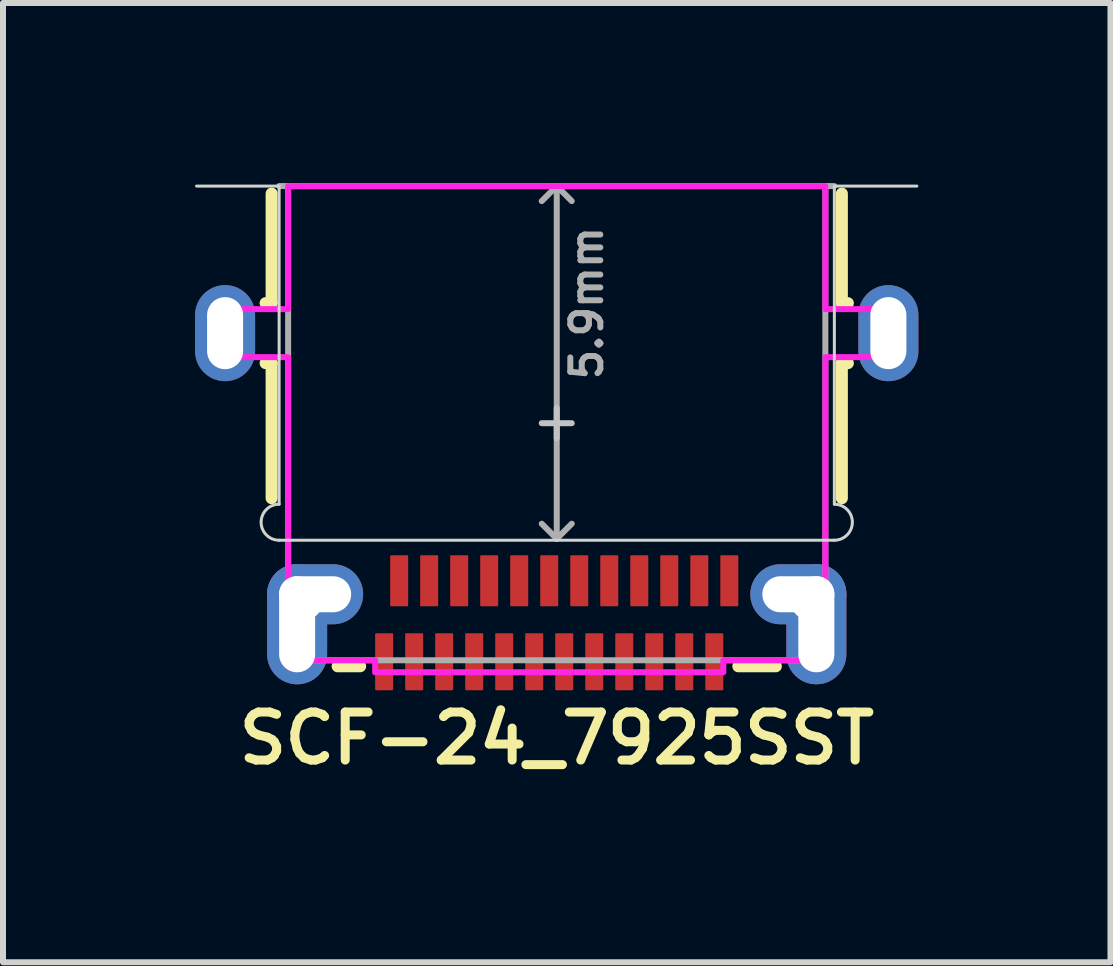
<source format=kicad_pcb>
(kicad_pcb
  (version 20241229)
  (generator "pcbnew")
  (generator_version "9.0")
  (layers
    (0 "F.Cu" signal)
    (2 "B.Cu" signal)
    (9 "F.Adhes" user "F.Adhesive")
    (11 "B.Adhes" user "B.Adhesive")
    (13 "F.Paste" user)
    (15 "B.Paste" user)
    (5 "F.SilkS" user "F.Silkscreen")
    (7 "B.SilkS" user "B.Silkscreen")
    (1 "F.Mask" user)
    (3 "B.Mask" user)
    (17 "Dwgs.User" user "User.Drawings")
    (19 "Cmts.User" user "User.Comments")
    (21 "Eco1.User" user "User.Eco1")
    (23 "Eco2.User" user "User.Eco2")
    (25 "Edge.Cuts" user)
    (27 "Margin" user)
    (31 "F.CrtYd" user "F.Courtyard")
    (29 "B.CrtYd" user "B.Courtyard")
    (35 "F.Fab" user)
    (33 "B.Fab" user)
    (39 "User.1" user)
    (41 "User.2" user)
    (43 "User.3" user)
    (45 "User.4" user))
  (footprint "SCF-24_7925SST"
    (layer "F.Cu")
    (at 6.225 4)
    (property "Reference" "SCF-24_7925SST" (at 0 5.25 0) (unlocked yes) (layer "F.SilkS") (effects (font (size 0.8 0.8) (thickness 0.15))))
    (attr smd)
    (fp_line (start -4.85 -1) (end -4.75 -1) (stroke (width 0.2) (type solid)) (layer "F.SilkS"))
    (fp_line (start -4.75 -3.825) (end -4.75 -2) (stroke (width 0.2) (type solid)) (layer "F.SilkS"))
    (fp_line (start -4.75 -2) (end -4.85 -2) (stroke (width 0.2) (type solid)) (layer "F.SilkS"))
    (fp_line (start -4.75 -1) (end -4.75 1.25) (stroke (width 0.2) (type solid)) (layer "F.SilkS"))
    (fp_line (start -3.65 4.05) (end -3.275 4.05) (stroke (width 0.2) (type solid)) (layer "F.SilkS"))
    (fp_line (start 3.025 4.05) (end 3.65 4.05) (stroke (width 0.2) (type solid)) (layer "F.SilkS"))
    (fp_line (start 4.75 -3.825) (end 4.75 -2) (stroke (width 0.2) (type solid)) (layer "F.SilkS"))
    (fp_line (start 4.75 -2) (end 4.85 -2) (stroke (width 0.2) (type solid)) (layer "F.SilkS"))
    (fp_line (start 4.75 -1) (end 4.75 1.25) (stroke (width 0.2) (type solid)) (layer "F.SilkS"))
    (fp_line (start 4.85 -1) (end 4.75 -1) (stroke (width 0.2) (type solid)) (layer "F.SilkS"))
    (fp_poly (pts (xy -5 -2.125) (xy -5 -0.875) (xy -5.25 -0.625) (xy -5.75 -0.625) (xy -6.125 -1) (xy -6.125 -2) (xy -5.75 -2.375) (xy -5.25 -2.375)) (stroke (width 0.2) (type solid)) (fill yes) (layer "F.Paste"))
    (fp_poly (pts (xy 5 -2.125) (xy 5 -0.875) (xy 5.25 -0.625) (xy 5.75 -0.625) (xy 6.125 -1) (xy 6.125 -2) (xy 5.75 -2.375) (xy 5.25 -2.375)) (stroke (width 0.2) (type solid)) (fill yes) (layer "F.Paste"))
    (fp_poly (pts (xy -3.325 2.55) (xy -3.325 3.2) (xy -3.75 3.625) (xy -3.75 4) (xy -4.125 4.375) (xy -4.625 4.375) (xy -4.875 4.125) (xy -4.875 2.625) (xy -4.5 2.25) (xy -3.625 2.25)) (stroke (width 0.2) (type solid)) (fill yes) (layer "F.Paste"))
    (fp_poly (pts (xy 3.325 2.55) (xy 3.325 3.2) (xy 3.75 3.625) (xy 3.75 4) (xy 4.125 4.375) (xy 4.625 4.375) (xy 4.875 4.125) (xy 4.875 2.625) (xy 4.5 2.25) (xy 3.625 2.25)) (stroke (width 0.2) (type solid)) (fill yes) (layer "F.Paste"))
    (fp_line (start 0 0.25) (end 0 -0.25) (stroke (width 0.1) (type solid)) (layer "Dwgs.User"))
    (fp_line (start 0.25 0) (end -0.25 0) (stroke (width 0.1) (type solid)) (layer "Dwgs.User"))
    (fp_line (start -6 -3.95) (end -4.625 -3.95) (stroke (width 0.05) (type solid)) (layer "Edge.Cuts"))
    (fp_line (start -4.625 -3.95) (end -4.625 1.35) (stroke (width 0.05) (type solid)) (layer "Edge.Cuts"))
    (fp_line (start 4.625 -3.95) (end 4.625 1.35) (stroke (width 0.05) (type solid)) (layer "Edge.Cuts"))
    (fp_line (start 4.625 1.95) (end -4.625 1.95) (stroke (width 0.05) (type solid)) (layer "Edge.Cuts"))
    (fp_line (start 6 -3.95) (end 4.625 -3.95) (stroke (width 0.05) (type solid)) (layer "Edge.Cuts"))
    (fp_arc (start -4.625 1.95) (mid -4.925 1.65) (end -4.625 1.35) (stroke (width 0.05) (type solid)) (layer "Edge.Cuts"))
    (fp_arc (start 4.625 1.35) (mid 4.925 1.65) (end 4.625 1.95) (stroke (width 0.05) (type solid)) (layer "Edge.Cuts"))
    (fp_poly (pts (xy -3.025 3.95) (xy -4.475 3.95) (xy -4.475 -1.1) (xy -5.525 -1.1) (xy -5.525 -1.9) (xy -4.475 -1.9) (xy -4.475 -3.95) (xy 4.475 -3.95) (xy 4.475 -1.9) (xy 5.525 -1.9) (xy 5.525 -1.1) (xy 4.475 -1.1) (xy 4.475 3.95) (xy 2.775 3.95) (xy 2.775 4.15) (xy -3.025 4.15)) (stroke (width 0.1) (type solid)) (fill no) (layer "F.CrtYd"))
    (fp_line (start -4.625 -3.95) (end 4.625 -3.95) (stroke (width 0.1) (type solid)) (layer "F.Fab"))
    (fp_line (start -0.25 -3.7) (end 0 -3.95) (stroke (width 0.1) (type solid)) (layer "F.Fab"))
    (fp_line (start 0 -3.95) (end 0.25 -3.7) (stroke (width 0.1) (type solid)) (layer "F.Fab"))
    (fp_line (start 0 1.925) (end -0.25 1.675) (stroke (width 0.1) (type solid)) (layer "F.Fab"))
    (fp_line (start 0 1.925) (end 0 -3.95) (stroke (width 0.1) (type solid)) (layer "F.Fab"))
    (fp_line (start 0.25 1.675) (end 0 1.925) (stroke (width 0.1) (type solid)) (layer "F.Fab"))
    (fp_rect (start 4.475 3.95) (end -4.475 -3.95) (stroke (width 0.1) (type solid)) (fill no) (layer "F.Fab"))
    (fp_text user "5.9mm" (at 0.5 -2 270) (layer "F.Fab") (effects (font (size 0.5 0.5) (thickness 0.1))))
    (pad "A1" smd roundrect (at 2.625 3.975 270) (size 0.95 0.3) (layers "F.Cu" "F.Mask" "F.Paste") (roundrect_rratio 0.05))
    (pad "A2" smd roundrect (at 2.125 3.975 270) (size 0.95 0.3) (layers "F.Cu" "F.Mask" "F.Paste") (roundrect_rratio 0.05))
    (pad "A3" smd roundrect (at 1.625 3.975 270) (size 0.95 0.3) (layers "F.Cu" "F.Mask" "F.Paste") (roundrect_rratio 0.05))
    (pad "A4" smd roundrect (at 1.125 3.975 270) (size 0.95 0.3) (layers "F.Cu" "F.Mask" "F.Paste") (roundrect_rratio 0.05))
    (pad "A5" smd roundrect (at 0.625 3.975 270) (size 0.95 0.3) (layers "F.Cu" "F.Mask" "F.Paste") (roundrect_rratio 0.05))
    (pad "A6" smd roundrect (at 0.125 3.975 270) (size 0.95 0.3) (layers "F.Cu" "F.Mask" "F.Paste") (roundrect_rratio 0.05))
    (pad "A7" smd roundrect (at -0.375 3.975 270) (size 0.95 0.3) (layers "F.Cu" "F.Mask" "F.Paste") (roundrect_rratio 0.05))
    (pad "A8" smd roundrect (at -0.875 3.975 270) (size 0.95 0.3) (layers "F.Cu" "F.Mask" "F.Paste") (roundrect_rratio 0.05))
    (pad "A9" smd roundrect (at -1.375 3.975 270) (size 0.95 0.3) (layers "F.Cu" "F.Mask" "F.Paste") (roundrect_rratio 0.05))
    (pad "A10" smd roundrect (at -1.875 3.975 270) (size 0.95 0.3) (layers "F.Cu" "F.Mask" "F.Paste") (roundrect_rratio 0.05))
    (pad "A11" smd roundrect (at -2.375 3.975 270) (size 0.95 0.3) (layers "F.Cu" "F.Mask" "F.Paste") (roundrect_rratio 0.05))
    (pad "A12" smd roundrect (at -2.875 3.975 270) (size 0.95 0.3) (layers "F.Cu" "F.Mask" "F.Paste") (roundrect_rratio 0.05))
    (pad "B1" smd roundrect (at -2.625 2.625 270) (size 0.85 0.3) (layers "F.Cu" "F.Mask" "F.Paste") (roundrect_rratio 0.05))
    (pad "B2" smd roundrect (at -2.125 2.625 270) (size 0.85 0.3) (layers "F.Cu" "F.Mask" "F.Paste") (roundrect_rratio 0.05))
    (pad "B3" smd roundrect (at -1.625 2.625 270) (size 0.85 0.3) (layers "F.Cu" "F.Mask" "F.Paste") (roundrect_rratio 0.05))
    (pad "B4" smd roundrect (at -1.125 2.625 270) (size 0.85 0.3) (layers "F.Cu" "F.Mask" "F.Paste") (roundrect_rratio 0.05))
    (pad "B5" smd roundrect (at -0.625 2.625 270) (size 0.85 0.3) (layers "F.Cu" "F.Mask" "F.Paste") (roundrect_rratio 0.05))
    (pad "B6" smd roundrect (at -0.125 2.625 270) (size 0.85 0.3) (layers "F.Cu" "F.Mask" "F.Paste") (roundrect_rratio 0.05))
    (pad "B7" smd roundrect (at 0.375 2.625 270) (size 0.85 0.3) (layers "F.Cu" "F.Mask" "F.Paste") (roundrect_rratio 0.05))
    (pad "B8" smd roundrect (at 0.875 2.625 270) (size 0.85 0.3) (layers "F.Cu" "F.Mask" "F.Paste") (roundrect_rratio 0.05))
    (pad "B9" smd roundrect (at 1.375 2.625 270) (size 0.85 0.3) (layers "F.Cu" "F.Mask" "F.Paste") (roundrect_rratio 0.05))
    (pad "B10" smd roundrect (at 1.875 2.625 270) (size 0.85 0.3) (layers "F.Cu" "F.Mask" "F.Paste") (roundrect_rratio 0.05))
    (pad "B11" smd roundrect (at 2.375 2.625 270) (size 0.85 0.3) (layers "F.Cu" "F.Mask" "F.Paste") (roundrect_rratio 0.05))
    (pad "B12" smd roundrect (at 2.875 2.625 270) (size 0.85 0.3) (layers "F.Cu" "F.Mask" "F.Paste") (roundrect_rratio 0.05))
    (pad "SHELL" thru_hole oval (at -5.525 -1.5 270) (size 1.6 1) (drill oval 1.2 0.6) (layers "*.Cu" "*.Mask"))
    (pad "SHELL" thru_hole oval (at -4.325 3.35 90) (size 2 1) (drill oval 1.6 0.6) (layers "*.Cu" "*.Mask"))
    (pad "SHELL" thru_hole circle (at -4.2 2.975 90) (size 1 1) (drill 0.6) (layers "*.Cu" "*.Mask"))
    (pad "SHELL" thru_hole oval (at -4.025 2.85 180) (size 1.6 1) (drill oval 1.2 0.6) (layers "*.Cu" "*.Mask"))
    (pad "SHELL" thru_hole oval (at 4.025 2.85 180) (size 1.6 1) (drill oval 1.2 0.6) (layers "*.Cu" "*.Mask"))
    (pad "SHELL" thru_hole circle (at 4.2 2.975 90) (size 1 1) (drill 0.6) (layers "*.Cu" "*.Mask"))
    (pad "SHELL" thru_hole oval (at 4.325 3.35 270) (size 2 1) (drill oval 1.6 0.6) (layers "*.Cu" "*.Mask"))
    (pad "SHELL" thru_hole oval (at 5.525 -1.5 270) (size 1.6 1) (drill oval 1.2 0.6) (layers "*.Cu" "*.Mask")))
  (gr_rect
    (start -3 -3)
    (end 15.45 12.981)
    (stroke (width 0.1) (type default))
    (fill no)
    (layer "Edge.Cuts")))
</source>
